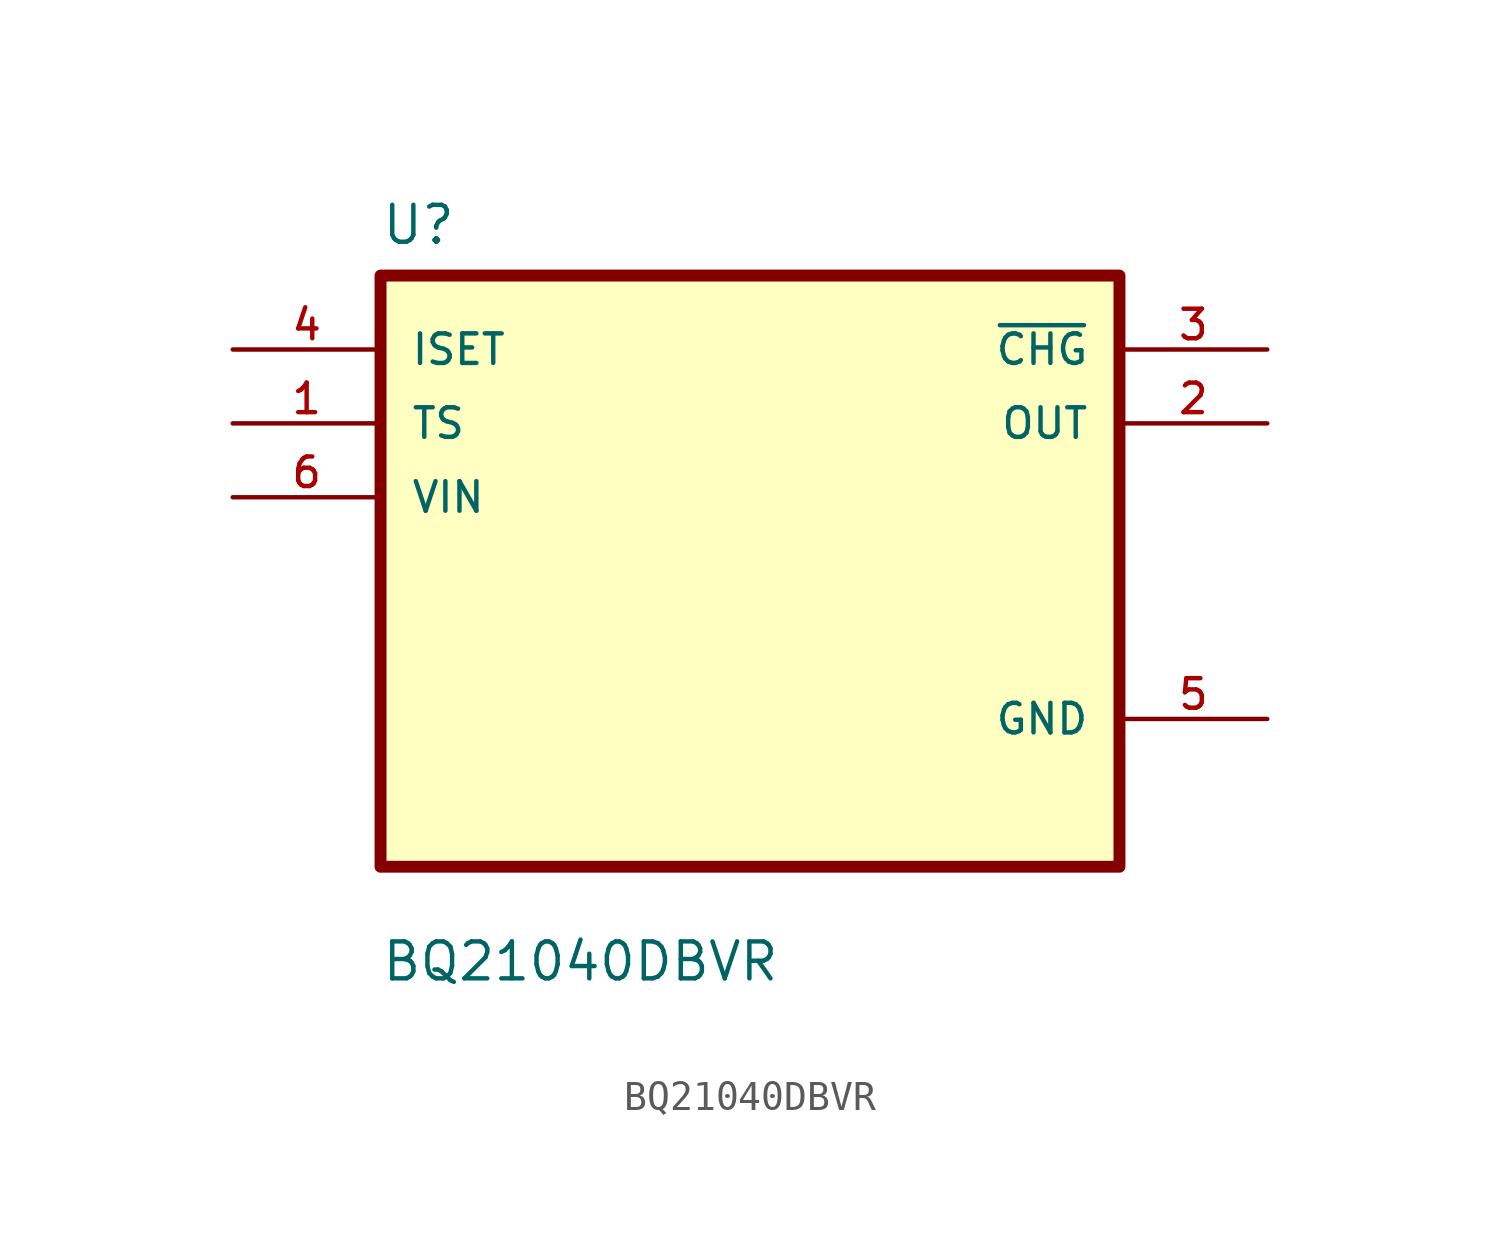
<source format=kicad_sym>
(kicad_symbol_lib
  (version 20211014)
  (generator kicad_symbol_editor)
  (symbol "BQ21040DBVR"
    (pin_names
      (offset 1.016))
    (property "Reference" "U"
      (at -12.7 11.16 0.0)
      (effects (font (size 1.27 1.27)) (justify bottom left)))
    (property "Value" "BQ21040DBVR"
      (at -12.7 -14.16 0.0)
      (effects (font (size 1.27 1.27)) (justify bottom left)))
    (symbol "BQ21040DBVR_0_0"
      (rectangle (start -12.7 -10.16) (end 12.7 10.16) (stroke (width 0.41)) (fill (type background)))
      (pin input line (at -17.78 7.62 0) (length 5.08) (name "ISET" (effects (font (size 1.016 1.016)))) (number "4" (effects (font (size 1.016 1.016)))))
      (pin input line (at -17.78 5.08 0) (length 5.08) (name "TS" (effects (font (size 1.016 1.016)))) (number "1" (effects (font (size 1.016 1.016)))))
      (pin input line (at -17.78 2.54 0) (length 5.08) (name "VIN" (effects (font (size 1.016 1.016)))) (number "6" (effects (font (size 1.016 1.016)))))
      (pin output line (at 17.78 7.62 180.0) (length 5.08) (name "~{CHG}" (effects (font (size 1.016 1.016)))) (number "3" (effects (font (size 1.016 1.016)))))
      (pin output line (at 17.78 5.08 180.0) (length 5.08) (name "OUT" (effects (font (size 1.016 1.016)))) (number "2" (effects (font (size 1.016 1.016)))))
      (pin power_in line (at 17.78 -5.08 180.0) (length 5.08) (name "GND" (effects (font (size 1.016 1.016)))) (number "5" (effects (font (size 1.016 1.016))))))))
</source>
